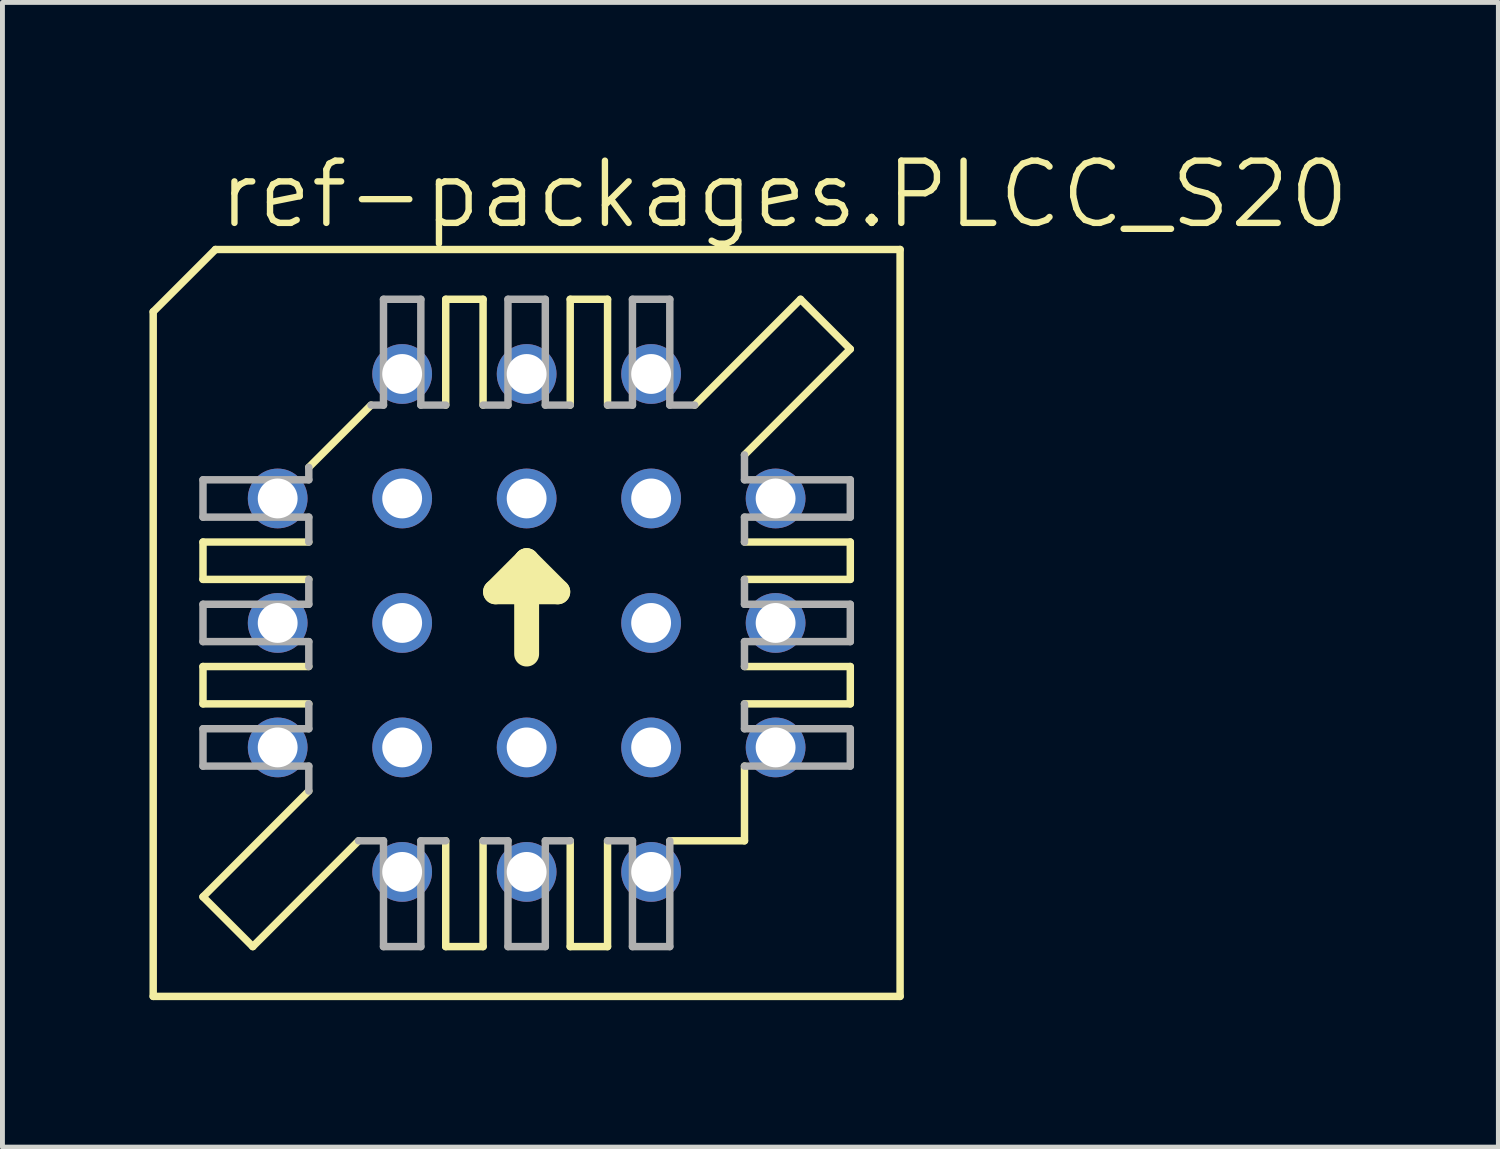
<source format=kicad_pcb>
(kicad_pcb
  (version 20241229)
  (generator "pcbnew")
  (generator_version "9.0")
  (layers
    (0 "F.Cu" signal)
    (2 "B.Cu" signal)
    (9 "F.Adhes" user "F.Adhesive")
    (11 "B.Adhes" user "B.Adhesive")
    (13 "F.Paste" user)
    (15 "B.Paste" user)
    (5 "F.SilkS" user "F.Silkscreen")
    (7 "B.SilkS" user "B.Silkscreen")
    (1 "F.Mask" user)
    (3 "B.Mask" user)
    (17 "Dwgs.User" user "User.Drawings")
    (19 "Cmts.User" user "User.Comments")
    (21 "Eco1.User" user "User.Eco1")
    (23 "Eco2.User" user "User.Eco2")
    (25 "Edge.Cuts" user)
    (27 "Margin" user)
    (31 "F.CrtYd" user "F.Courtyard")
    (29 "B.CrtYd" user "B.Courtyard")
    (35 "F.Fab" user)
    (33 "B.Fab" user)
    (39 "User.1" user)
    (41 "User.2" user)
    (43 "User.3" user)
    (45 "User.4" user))
  (footprint "ref-packages.PLCC_S20"
    (layer "F.Cu")
    (at 7.696 9.661)
    (property "Reference" "ref-packages.PLCC_S20" (at -6.35 -8.001 0) (layer "F.SilkS") (effects (font (size 1.27 1.27) (thickness 0.13)) (justify left bottom)))
    (attr through_hole)
    (fp_line (start -7.62 -6.35) (end -7.62 7.62) (stroke (width 0.152) (type default)) (layer "F.SilkS"))
    (fp_line (start -6.604 -0.889) (end -6.604 -1.651) (stroke (width 0.152) (type default)) (layer "F.SilkS"))
    (fp_line (start -6.604 -0.889) (end -4.445 -0.889) (stroke (width 0.152) (type default)) (layer "F.SilkS"))
    (fp_line (start -6.604 1.651) (end -6.604 0.889) (stroke (width 0.152) (type default)) (layer "F.SilkS"))
    (fp_line (start -6.604 1.651) (end -4.445 1.651) (stroke (width 0.152) (type default)) (layer "F.SilkS"))
    (fp_line (start -6.604 5.588) (end -4.445 3.429) (stroke (width 0.152) (type default)) (layer "F.SilkS"))
    (fp_line (start -6.35 -7.62) (end -7.62 -6.35) (stroke (width 0.152) (type default)) (layer "F.SilkS"))
    (fp_line (start -5.588 6.604) (end -6.604 5.588) (stroke (width 0.152) (type default)) (layer "F.SilkS"))
    (fp_line (start -5.588 6.604) (end -3.429 4.445) (stroke (width 0.152) (type default)) (layer "F.SilkS"))
    (fp_line (start -4.445 -3.175) (end -3.175 -4.445) (stroke (width 0.152) (type default)) (layer "F.SilkS"))
    (fp_line (start -4.445 -1.651) (end -6.604 -1.651) (stroke (width 0.152) (type default)) (layer "F.SilkS"))
    (fp_line (start -4.445 0.889) (end -6.604 0.889) (stroke (width 0.152) (type default)) (layer "F.SilkS"))
    (fp_line (start -1.651 -4.445) (end -1.651 -6.604) (stroke (width 0.152) (type default)) (layer "F.SilkS"))
    (fp_line (start -1.651 6.604) (end -1.651 4.445) (stroke (width 0.152) (type default)) (layer "F.SilkS"))
    (fp_line (start -1.651 6.604) (end -0.889 6.604) (stroke (width 0.152) (type default)) (layer "F.SilkS"))
    (fp_line (start -0.889 -6.604) (end -1.651 -6.604) (stroke (width 0.152) (type default)) (layer "F.SilkS"))
    (fp_line (start -0.889 -6.604) (end -0.889 -4.445) (stroke (width 0.152) (type default)) (layer "F.SilkS"))
    (fp_line (start -0.889 4.445) (end -0.889 6.604) (stroke (width 0.152) (type default)) (layer "F.SilkS"))
    (fp_line (start -0.635 -0.635) (end 0 -1.27) (stroke (width 0.508) (type default)) (layer "F.SilkS"))
    (fp_line (start 0 -1.27) (end 0 0.635) (stroke (width 0.508) (type default)) (layer "F.SilkS"))
    (fp_line (start 0 -1.27) (end 0.635 -0.635) (stroke (width 0.508) (type default)) (layer "F.SilkS"))
    (fp_line (start 0.635 -0.635) (end -0.635 -0.635) (stroke (width 0.508) (type default)) (layer "F.SilkS"))
    (fp_line (start 0.889 -4.445) (end 0.889 -6.604) (stroke (width 0.152) (type default)) (layer "F.SilkS"))
    (fp_line (start 0.889 6.604) (end 0.889 4.445) (stroke (width 0.152) (type default)) (layer "F.SilkS"))
    (fp_line (start 0.889 6.604) (end 1.651 6.604) (stroke (width 0.152) (type default)) (layer "F.SilkS"))
    (fp_line (start 1.651 -6.604) (end 0.889 -6.604) (stroke (width 0.152) (type default)) (layer "F.SilkS"))
    (fp_line (start 1.651 -6.604) (end 1.651 -4.445) (stroke (width 0.152) (type default)) (layer "F.SilkS"))
    (fp_line (start 1.651 4.445) (end 1.651 6.604) (stroke (width 0.152) (type default)) (layer "F.SilkS"))
    (fp_line (start 2.921 4.445) (end 4.445 4.445) (stroke (width 0.152) (type default)) (layer "F.SilkS"))
    (fp_line (start 4.445 -0.889) (end 6.604 -0.889) (stroke (width 0.152) (type default)) (layer "F.SilkS"))
    (fp_line (start 4.445 1.651) (end 6.604 1.651) (stroke (width 0.152) (type default)) (layer "F.SilkS"))
    (fp_line (start 4.445 2.921) (end 4.445 4.445) (stroke (width 0.152) (type default)) (layer "F.SilkS"))
    (fp_line (start 5.588 -6.604) (end 3.429 -4.445) (stroke (width 0.152) (type default)) (layer "F.SilkS"))
    (fp_line (start 6.604 -5.588) (end 4.445 -3.429) (stroke (width 0.152) (type default)) (layer "F.SilkS"))
    (fp_line (start 6.604 -5.588) (end 5.588 -6.604) (stroke (width 0.152) (type default)) (layer "F.SilkS"))
    (fp_line (start 6.604 -1.651) (end 4.445 -1.651) (stroke (width 0.152) (type default)) (layer "F.SilkS"))
    (fp_line (start 6.604 -1.651) (end 6.604 -0.889) (stroke (width 0.152) (type default)) (layer "F.SilkS"))
    (fp_line (start 6.604 0.889) (end 4.445 0.889) (stroke (width 0.152) (type default)) (layer "F.SilkS"))
    (fp_line (start 6.604 0.889) (end 6.604 1.651) (stroke (width 0.152) (type default)) (layer "F.SilkS"))
    (fp_line (start 7.62 -7.62) (end -6.35 -7.62) (stroke (width 0.152) (type default)) (layer "F.SilkS"))
    (fp_line (start 7.62 7.62) (end -7.62 7.62) (stroke (width 0.152) (type default)) (layer "F.SilkS"))
    (fp_line (start 7.62 7.62) (end 7.62 -7.62) (stroke (width 0.152) (type default)) (layer "F.SilkS"))
    (fp_line (start -6.604 -2.159) (end -6.604 -2.921) (stroke (width 0.152) (type default)) (layer "F.Fab"))
    (fp_line (start -6.604 -2.159) (end -4.445 -2.159) (stroke (width 0.152) (type default)) (layer "F.Fab"))
    (fp_line (start -6.604 0.381) (end -6.604 -0.381) (stroke (width 0.152) (type default)) (layer "F.Fab"))
    (fp_line (start -6.604 0.381) (end -4.445 0.381) (stroke (width 0.152) (type default)) (layer "F.Fab"))
    (fp_line (start -6.604 2.921) (end -6.604 2.159) (stroke (width 0.152) (type default)) (layer "F.Fab"))
    (fp_line (start -6.604 2.921) (end -4.445 2.921) (stroke (width 0.152) (type default)) (layer "F.Fab"))
    (fp_line (start -4.445 -2.921) (end -6.604 -2.921) (stroke (width 0.152) (type default)) (layer "F.Fab"))
    (fp_line (start -4.445 -2.921) (end -4.445 -3.175) (stroke (width 0.152) (type default)) (layer "F.Fab"))
    (fp_line (start -4.445 -1.651) (end -4.445 -2.159) (stroke (width 0.152) (type default)) (layer "F.Fab"))
    (fp_line (start -4.445 -0.381) (end -6.604 -0.381) (stroke (width 0.152) (type default)) (layer "F.Fab"))
    (fp_line (start -4.445 -0.381) (end -4.445 -0.889) (stroke (width 0.152) (type default)) (layer "F.Fab"))
    (fp_line (start -4.445 0.889) (end -4.445 0.381) (stroke (width 0.152) (type default)) (layer "F.Fab"))
    (fp_line (start -4.445 2.159) (end -6.604 2.159) (stroke (width 0.152) (type default)) (layer "F.Fab"))
    (fp_line (start -4.445 2.159) (end -4.445 1.651) (stroke (width 0.152) (type default)) (layer "F.Fab"))
    (fp_line (start -4.445 3.429) (end -4.445 2.921) (stroke (width 0.152) (type default)) (layer "F.Fab"))
    (fp_line (start -3.429 4.445) (end -2.921 4.445) (stroke (width 0.152) (type default)) (layer "F.Fab"))
    (fp_line (start -2.921 -4.445) (end -3.175 -4.445) (stroke (width 0.152) (type default)) (layer "F.Fab"))
    (fp_line (start -2.921 -4.445) (end -2.921 -6.604) (stroke (width 0.152) (type default)) (layer "F.Fab"))
    (fp_line (start -2.921 6.604) (end -2.921 4.445) (stroke (width 0.152) (type default)) (layer "F.Fab"))
    (fp_line (start -2.921 6.604) (end -2.159 6.604) (stroke (width 0.152) (type default)) (layer "F.Fab"))
    (fp_line (start -2.159 -6.604) (end -2.921 -6.604) (stroke (width 0.152) (type default)) (layer "F.Fab"))
    (fp_line (start -2.159 -6.604) (end -2.159 -4.445) (stroke (width 0.152) (type default)) (layer "F.Fab"))
    (fp_line (start -2.159 4.445) (end -2.159 6.604) (stroke (width 0.152) (type default)) (layer "F.Fab"))
    (fp_line (start -2.159 4.445) (end -1.651 4.445) (stroke (width 0.152) (type default)) (layer "F.Fab"))
    (fp_line (start -1.651 -4.445) (end -2.159 -4.445) (stroke (width 0.152) (type default)) (layer "F.Fab"))
    (fp_line (start -0.889 4.445) (end -0.381 4.445) (stroke (width 0.152) (type default)) (layer "F.Fab"))
    (fp_line (start -0.381 -4.445) (end -0.889 -4.445) (stroke (width 0.152) (type default)) (layer "F.Fab"))
    (fp_line (start -0.381 -4.445) (end -0.381 -6.604) (stroke (width 0.152) (type default)) (layer "F.Fab"))
    (fp_line (start -0.381 6.604) (end -0.381 4.445) (stroke (width 0.152) (type default)) (layer "F.Fab"))
    (fp_line (start -0.381 6.604) (end 0.381 6.604) (stroke (width 0.152) (type default)) (layer "F.Fab"))
    (fp_line (start 0.381 -6.604) (end -0.381 -6.604) (stroke (width 0.152) (type default)) (layer "F.Fab"))
    (fp_line (start 0.381 -6.604) (end 0.381 -4.445) (stroke (width 0.152) (type default)) (layer "F.Fab"))
    (fp_line (start 0.381 4.445) (end 0.381 6.604) (stroke (width 0.152) (type default)) (layer "F.Fab"))
    (fp_line (start 0.381 4.445) (end 0.889 4.445) (stroke (width 0.152) (type default)) (layer "F.Fab"))
    (fp_line (start 0.889 -4.445) (end 0.381 -4.445) (stroke (width 0.152) (type default)) (layer "F.Fab"))
    (fp_line (start 1.651 4.445) (end 2.159 4.445) (stroke (width 0.152) (type default)) (layer "F.Fab"))
    (fp_line (start 2.159 -4.445) (end 1.651 -4.445) (stroke (width 0.152) (type default)) (layer "F.Fab"))
    (fp_line (start 2.159 -4.445) (end 2.159 -6.604) (stroke (width 0.152) (type default)) (layer "F.Fab"))
    (fp_line (start 2.159 6.604) (end 2.159 4.445) (stroke (width 0.152) (type default)) (layer "F.Fab"))
    (fp_line (start 2.159 6.604) (end 2.921 6.604) (stroke (width 0.152) (type default)) (layer "F.Fab"))
    (fp_line (start 2.921 -6.604) (end 2.159 -6.604) (stroke (width 0.152) (type default)) (layer "F.Fab"))
    (fp_line (start 2.921 -6.604) (end 2.921 -4.445) (stroke (width 0.152) (type default)) (layer "F.Fab"))
    (fp_line (start 2.921 4.445) (end 2.921 6.604) (stroke (width 0.152) (type default)) (layer "F.Fab"))
    (fp_line (start 3.429 -4.445) (end 2.921 -4.445) (stroke (width 0.152) (type default)) (layer "F.Fab"))
    (fp_line (start 4.445 -3.429) (end 4.445 -2.921) (stroke (width 0.152) (type default)) (layer "F.Fab"))
    (fp_line (start 4.445 -2.159) (end 4.445 -1.651) (stroke (width 0.152) (type default)) (layer "F.Fab"))
    (fp_line (start 4.445 -2.159) (end 6.604 -2.159) (stroke (width 0.152) (type default)) (layer "F.Fab"))
    (fp_line (start 4.445 -0.889) (end 4.445 -0.381) (stroke (width 0.152) (type default)) (layer "F.Fab"))
    (fp_line (start 4.445 0.381) (end 4.445 0.889) (stroke (width 0.152) (type default)) (layer "F.Fab"))
    (fp_line (start 4.445 0.381) (end 6.604 0.381) (stroke (width 0.152) (type default)) (layer "F.Fab"))
    (fp_line (start 4.445 1.651) (end 4.445 2.159) (stroke (width 0.152) (type default)) (layer "F.Fab"))
    (fp_line (start 4.445 2.921) (end 6.604 2.921) (stroke (width 0.152) (type default)) (layer "F.Fab"))
    (fp_line (start 6.604 -2.921) (end 4.445 -2.921) (stroke (width 0.152) (type default)) (layer "F.Fab"))
    (fp_line (start 6.604 -2.921) (end 6.604 -2.159) (stroke (width 0.152) (type default)) (layer "F.Fab"))
    (fp_line (start 6.604 -0.381) (end 4.445 -0.381) (stroke (width 0.152) (type default)) (layer "F.Fab"))
    (fp_line (start 6.604 -0.381) (end 6.604 0.381) (stroke (width 0.152) (type default)) (layer "F.Fab"))
    (fp_line (start 6.604 2.159) (end 4.445 2.159) (stroke (width 0.152) (type default)) (layer "F.Fab"))
    (fp_line (start 6.604 2.159) (end 6.604 2.921) (stroke (width 0.152) (type default)) (layer "F.Fab"))
    (pad "1" thru_hole circle (at 0 -5.08) (size 1.219 1.219) (drill 0.813) (layers "*.Cu" "*.Mask"))
    (pad "2" thru_hole circle (at 0 -2.54) (size 1.219 1.219) (drill 0.813) (layers "*.Cu" "*.Mask"))
    (pad "3" thru_hole circle (at -2.54 -5.08) (size 1.219 1.219) (drill 0.813) (layers "*.Cu" "*.Mask"))
    (pad "4" thru_hole circle (at -5.08 -2.54) (size 1.219 1.219) (drill 0.813) (layers "*.Cu" "*.Mask"))
    (pad "5" thru_hole circle (at -2.54 -2.54) (size 1.219 1.219) (drill 0.813) (layers "*.Cu" "*.Mask"))
    (pad "6" thru_hole circle (at -5.08 0) (size 1.219 1.219) (drill 0.813) (layers "*.Cu" "*.Mask"))
    (pad "7" thru_hole circle (at -2.54 0) (size 1.219 1.219) (drill 0.813) (layers "*.Cu" "*.Mask"))
    (pad "8" thru_hole circle (at -5.08 2.54) (size 1.219 1.219) (drill 0.813) (layers "*.Cu" "*.Mask"))
    (pad "9" thru_hole circle (at -2.54 5.08) (size 1.219 1.219) (drill 0.813) (layers "*.Cu" "*.Mask"))
    (pad "10" thru_hole circle (at -2.54 2.54) (size 1.219 1.219) (drill 0.813) (layers "*.Cu" "*.Mask"))
    (pad "11" thru_hole circle (at 0 5.08) (size 1.219 1.219) (drill 0.813) (layers "*.Cu" "*.Mask"))
    (pad "12" thru_hole circle (at 0 2.54) (size 1.219 1.219) (drill 0.813) (layers "*.Cu" "*.Mask"))
    (pad "13" thru_hole circle (at 2.54 5.08) (size 1.219 1.219) (drill 0.813) (layers "*.Cu" "*.Mask"))
    (pad "14" thru_hole circle (at 5.08 2.54) (size 1.219 1.219) (drill 0.813) (layers "*.Cu" "*.Mask"))
    (pad "15" thru_hole circle (at 2.54 2.54) (size 1.219 1.219) (drill 0.813) (layers "*.Cu" "*.Mask"))
    (pad "16" thru_hole circle (at 5.08 0) (size 1.219 1.219) (drill 0.813) (layers "*.Cu" "*.Mask"))
    (pad "17" thru_hole circle (at 2.54 0) (size 1.219 1.219) (drill 0.813) (layers "*.Cu" "*.Mask"))
    (pad "18" thru_hole circle (at 5.08 -2.54) (size 1.219 1.219) (drill 0.813) (layers "*.Cu" "*.Mask"))
    (pad "19" thru_hole circle (at 2.54 -5.08) (size 1.219 1.219) (drill 0.813) (layers "*.Cu" "*.Mask"))
    (pad "20" thru_hole circle (at 2.54 -2.54) (size 1.219 1.219) (drill 0.813) (layers "*.Cu" "*.Mask")))
  (gr_rect
    (start -3 -3)
    (end 27.524 20.357)
    (stroke (width 0.1) (type default))
    (fill no)
    (layer "Edge.Cuts")))
</source>
